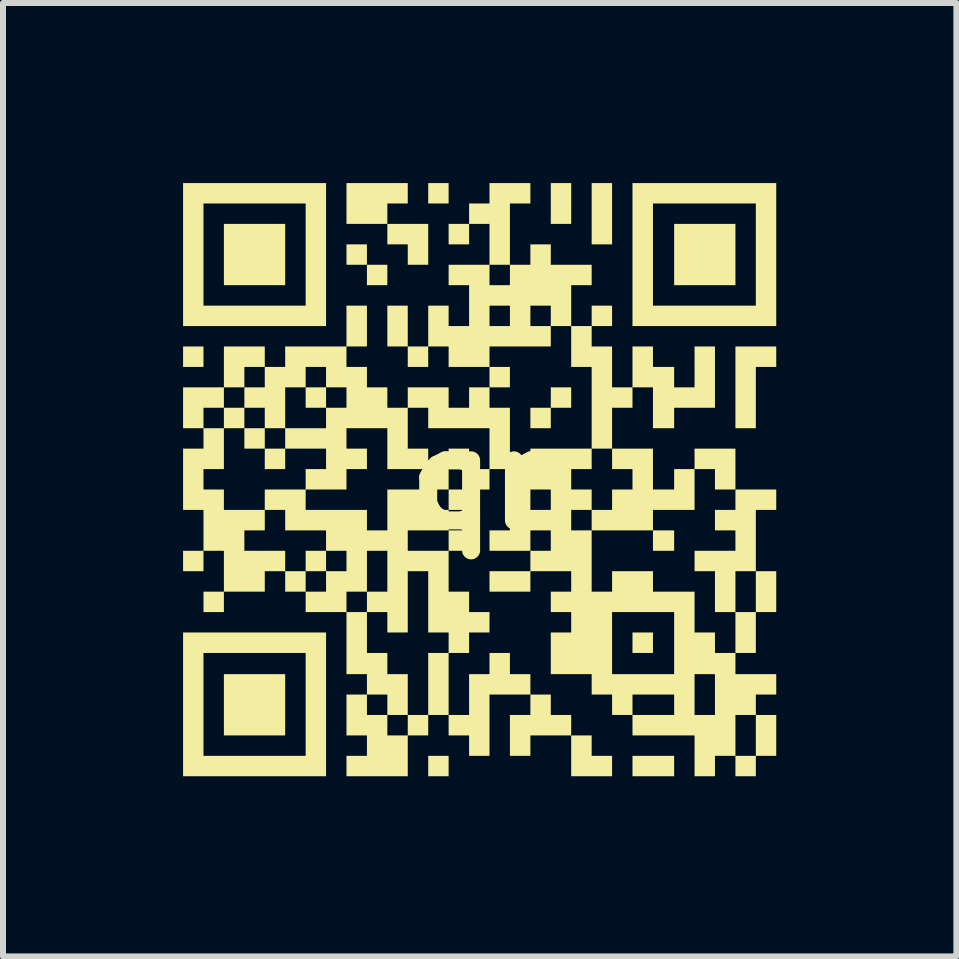
<source format=kicad_pcb>
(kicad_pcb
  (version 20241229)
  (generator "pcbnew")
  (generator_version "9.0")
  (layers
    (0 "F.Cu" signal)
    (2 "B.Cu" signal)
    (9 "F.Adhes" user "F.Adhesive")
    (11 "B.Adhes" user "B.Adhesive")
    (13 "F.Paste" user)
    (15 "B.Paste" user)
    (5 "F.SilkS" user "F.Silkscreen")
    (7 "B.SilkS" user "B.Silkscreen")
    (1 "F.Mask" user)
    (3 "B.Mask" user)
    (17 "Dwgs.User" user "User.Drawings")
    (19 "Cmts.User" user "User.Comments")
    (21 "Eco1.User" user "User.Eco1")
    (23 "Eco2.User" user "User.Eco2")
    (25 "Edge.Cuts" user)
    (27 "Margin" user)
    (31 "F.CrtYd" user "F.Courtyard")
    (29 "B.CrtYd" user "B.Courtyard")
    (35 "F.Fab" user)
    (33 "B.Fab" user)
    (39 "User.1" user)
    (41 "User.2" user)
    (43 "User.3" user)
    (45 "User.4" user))
  (footprint "qr"
    (layer "F.Cu")
    (at 4.941 4.941)
    (property "Reference" "qr" (at 0 0 0) (layer "F.SilkS") (effects (font (size 1.5 1.5) (thickness 0.3))))
    (attr board_only exclude_from_pos_files exclude_from_bom)
    (fp_poly (pts (xy -4.601 -2.048) (xy -4.601 -1.878) (xy -4.771 -1.878) (xy -4.941 -1.878) (xy -4.941 -2.048) (xy -4.941 -2.219) (xy -4.771 -2.219) (xy -4.601 -2.219)) (stroke (width 0) (type solid)) (fill yes) (layer "F.SilkS"))
    (fp_poly (pts (xy -3.92 -1.027) (xy -3.92 -0.857) (xy -4.09 -0.857) (xy -4.261 -0.857) (xy -4.261 -1.027) (xy -4.261 -1.198) (xy -4.09 -1.198) (xy -3.92 -1.198)) (stroke (width 0) (type solid)) (fill yes) (layer "F.SilkS"))
    (fp_poly (pts (xy -3.58 -0.687) (xy -3.58 -0.517) (xy -3.75 -0.517) (xy -3.92 -0.517) (xy -3.92 -0.687) (xy -3.92 -0.857) (xy -3.75 -0.857) (xy -3.58 -0.857)) (stroke (width 0) (type solid)) (fill yes) (layer "F.SilkS"))
    (fp_poly (pts (xy -3.24 -3.75) (xy -3.24 -3.24) (xy -3.75 -3.24) (xy -4.261 -3.24) (xy -4.261 -3.75) (xy -4.261 -4.261) (xy -3.75 -4.261) (xy -3.24 -4.261)) (stroke (width 0) (type solid)) (fill yes) (layer "F.SilkS"))
    (fp_poly (pts (xy -3.24 -0.347) (xy -3.24 -0.176) (xy -3.41 -0.176) (xy -3.58 -0.176) (xy -3.58 -0.347) (xy -3.58 -0.517) (xy -3.41 -0.517) (xy -3.24 -0.517)) (stroke (width 0) (type solid)) (fill yes) (layer "F.SilkS"))
    (fp_poly (pts (xy -3.24 3.75) (xy -3.24 4.261) (xy -3.75 4.261) (xy -4.261 4.261) (xy -4.261 3.75) (xy -4.261 3.24) (xy -3.75 3.24) (xy -3.24 3.24)) (stroke (width 0) (type solid)) (fill yes) (layer "F.SilkS"))
    (fp_poly (pts (xy -2.559 -1.368) (xy -2.559 -1.198) (xy -2.729 -1.198) (xy -2.899 -1.198) (xy -2.899 -1.368) (xy -2.899 -1.538) (xy -2.729 -1.538) (xy -2.559 -1.538)) (stroke (width 0) (type solid)) (fill yes) (layer "F.SilkS"))
    (fp_poly (pts (xy -2.559 1.355) (xy -2.559 1.525) (xy -2.729 1.525) (xy -2.899 1.525) (xy -2.899 1.355) (xy -2.899 1.185) (xy -2.729 1.185) (xy -2.559 1.185)) (stroke (width 0) (type solid)) (fill yes) (layer "F.SilkS"))
    (fp_poly (pts (xy -1.878 -3.75) (xy -1.878 -3.58) (xy -2.048 -3.58) (xy -2.219 -3.58) (xy -2.219 -3.75) (xy -2.219 -3.92) (xy -2.048 -3.92) (xy -1.878 -3.92)) (stroke (width 0) (type solid)) (fill yes) (layer "F.SilkS"))
    (fp_poly (pts (xy -1.538 -3.41) (xy -1.538 -3.24) (xy -1.708 -3.24) (xy -1.878 -3.24) (xy -1.878 -3.41) (xy -1.878 -3.58) (xy -1.708 -3.58) (xy -1.538 -3.58)) (stroke (width 0) (type solid)) (fill yes) (layer "F.SilkS"))
    (fp_poly (pts (xy -0.517 -4.771) (xy -0.517 -4.601) (xy -0.687 -4.601) (xy -0.857 -4.601) (xy -0.857 -4.771) (xy -0.857 -4.941) (xy -0.687 -4.941) (xy -0.517 -4.941)) (stroke (width 0) (type solid)) (fill yes) (layer "F.SilkS"))
    (fp_poly (pts (xy -0.517 4.771) (xy -0.517 4.941) (xy -0.687 4.941) (xy -0.857 4.941) (xy -0.857 4.771) (xy -0.857 4.601) (xy -0.687 4.601) (xy -0.517 4.601)) (stroke (width 0) (type solid)) (fill yes) (layer "F.SilkS"))
    (fp_poly (pts (xy 1.525 -4.601) (xy 1.525 -4.261) (xy 1.355 -4.261) (xy 1.185 -4.261) (xy 1.185 -4.601) (xy 1.185 -4.941) (xy 1.355 -4.941) (xy 1.525 -4.941)) (stroke (width 0) (type solid)) (fill yes) (layer "F.SilkS"))
    (fp_poly (pts (xy 2.206 -4.431) (xy 2.206 -3.92) (xy 2.036 -3.92) (xy 1.866 -3.92) (xy 1.866 -4.431) (xy 1.866 -4.941) (xy 2.036 -4.941) (xy 2.206 -4.941)) (stroke (width 0) (type solid)) (fill yes) (layer "F.SilkS"))
    (fp_poly (pts (xy 2.887 2.716) (xy 2.887 2.887) (xy 2.716 2.887) (xy 2.546 2.887) (xy 2.546 2.716) (xy 2.546 2.546) (xy 2.716 2.546) (xy 2.887 2.546)) (stroke (width 0) (type solid)) (fill yes) (layer "F.SilkS"))
    (fp_poly (pts (xy 3.24 1.015) (xy 3.24 1.185) (xy 3.063 1.185) (xy 2.887 1.185) (xy 2.887 1.015) (xy 2.887 0.845) (xy 3.063 0.845) (xy 3.24 0.845)) (stroke (width 0) (type solid)) (fill yes) (layer "F.SilkS"))
    (fp_poly (pts (xy 3.24 4.771) (xy 3.24 4.941) (xy 2.893 4.941) (xy 2.546 4.941) (xy 2.546 4.771) (xy 2.546 4.601) (xy 2.893 4.601) (xy 3.24 4.601)) (stroke (width 0) (type solid)) (fill yes) (layer "F.SilkS"))
    (fp_poly (pts (xy 4.261 -3.75) (xy 4.261 -3.24) (xy 3.75 -3.24) (xy 3.24 -3.24) (xy 3.24 -3.75) (xy 3.24 -4.261) (xy 3.75 -4.261) (xy 4.261 -4.261)) (stroke (width 0) (type solid)) (fill yes) (layer "F.SilkS"))
    (fp_poly (pts (xy -1.198 -4.771) (xy -1.198 -4.601) (xy -1.368 -4.601) (xy -1.538 -4.601) (xy -1.538 -4.431) (xy -1.538 -4.261) (xy -1.878 -4.261) (xy -2.219 -4.261) (xy -2.219 -4.601) (xy -2.219 -4.941) (xy -1.708 -4.941) (xy -1.198 -4.941)) (stroke (width 0) (type solid)) (fill yes) (layer "F.SilkS"))
    (fp_poly (pts (xy -0.857 -3.92) (xy -0.857 -3.58) (xy -1.027 -3.58) (xy -1.198 -3.58) (xy -1.198 -3.75) (xy -1.198 -3.92) (xy -1.368 -3.92) (xy -1.538 -3.92) (xy -1.538 -4.09) (xy -1.538 -4.261) (xy -1.198 -4.261) (xy -0.857 -4.261)) (stroke (width 0) (type solid)) (fill yes) (layer "F.SilkS"))
    (fp_poly (pts (xy 1.866 4.431) (xy 1.866 4.601) (xy 2.036 4.601) (xy 2.206 4.601) (xy 2.206 4.771) (xy 2.206 4.941) (xy 1.866 4.941) (xy 1.525 4.941) (xy 1.525 4.601) (xy 1.525 4.261) (xy 1.695 4.261) (xy 1.866 4.261)) (stroke (width 0) (type solid)) (fill yes) (layer "F.SilkS"))
    (fp_poly (pts (xy 4.941 -2.048) (xy 4.941 -1.878) (xy 4.771 -1.878) (xy 4.601 -1.878) (xy 4.601 -1.368) (xy 4.601 -0.857) (xy 4.431 -0.857) (xy 4.261 -0.857) (xy 4.261 -1.538) (xy 4.261 -2.219) (xy 4.601 -2.219) (xy 4.941 -2.219)) (stroke (width 0) (type solid)) (fill yes) (layer "F.SilkS"))
    (fp_poly (pts (xy -0.176 -0.347) (xy -0.176 -0.176) (xy -0.347 -0.176) (xy -0.517 -0.176) (xy -0.517 -0.006) (xy -0.517 0.164) (xy -0.687 0.164) (xy -0.857 0.164) (xy -0.857 -0.006) (xy -0.857 -0.176) (xy -0.687 -0.176) (xy -0.517 -0.176) (xy -0.517 -0.347) (xy -0.517 -0.517) (xy -0.347 -0.517) (xy -0.176 -0.517)) (stroke (width 0) (type solid)) (fill yes) (layer "F.SilkS"))
    (fp_poly (pts (xy 1.525 -1.368) (xy 1.525 -1.198) (xy 1.355 -1.198) (xy 1.185 -1.198) (xy 1.185 -1.027) (xy 1.185 -0.857) (xy 1.015 -0.857) (xy 0.845 -0.857) (xy 0.845 -1.027) (xy 0.845 -1.198) (xy 1.015 -1.198) (xy 1.185 -1.198) (xy 1.185 -1.368) (xy 1.185 -1.538) (xy 1.355 -1.538) (xy 1.525 -1.538)) (stroke (width 0) (type solid)) (fill yes) (layer "F.SilkS"))
    (fp_poly (pts (xy -2.559 -3.75) (xy -2.559 -2.559) (xy -3.75 -2.559) (xy -4.941 -2.559) (xy -4.941 -3.75) (xy -4.601 -3.75) (xy -4.601 -2.899) (xy -3.75 -2.899) (xy -2.899 -2.899) (xy -2.899 -3.75) (xy -2.899 -4.601) (xy -3.75 -4.601) (xy -4.601 -4.601) (xy -4.601 -3.75) (xy -4.941 -3.75) (xy -4.941 -4.941) (xy -3.75 -4.941) (xy -2.559 -4.941)) (stroke (width 0) (type solid)) (fill yes) (layer "F.SilkS"))
    (fp_poly (pts (xy -2.559 3.744) (xy -2.559 4.941) (xy -3.75 4.941) (xy -4.941 4.941) (xy -4.941 3.744) (xy -4.601 3.744) (xy -4.601 4.601) (xy -3.75 4.601) (xy -2.899 4.601) (xy -2.899 3.744) (xy -2.899 2.887) (xy -3.75 2.887) (xy -4.601 2.887) (xy -4.601 3.744) (xy -4.941 3.744) (xy -4.941 2.546) (xy -3.75 2.546) (xy -2.559 2.546)) (stroke (width 0) (type solid)) (fill yes) (layer "F.SilkS"))
    (fp_poly (pts (xy 4.941 -3.75) (xy 4.941 -2.559) (xy 3.744 -2.559) (xy 2.546 -2.559) (xy 2.546 -3.75) (xy 2.887 -3.75) (xy 2.887 -2.899) (xy 3.744 -2.899) (xy 4.601 -2.899) (xy 4.601 -3.75) (xy 4.601 -4.601) (xy 3.744 -4.601) (xy 2.887 -4.601) (xy 2.887 -3.75) (xy 2.546 -3.75) (xy 2.546 -4.941) (xy 3.744 -4.941) (xy 4.941 -4.941)) (stroke (width 0) (type solid)) (fill yes) (layer "F.SilkS"))
    (fp_poly (pts (xy 1.185 3.75) (xy 1.185 3.92) (xy 1.355 3.92) (xy 1.525 3.92) (xy 1.525 4.09) (xy 1.525 4.261) (xy 1.185 4.261) (xy 0.845 4.261) (xy 0.845 4.431) (xy 0.845 4.601) (xy 0.674 4.601) (xy 0.504 4.601) (xy 0.504 4.261) (xy 0.504 3.92) (xy 0.674 3.92) (xy 0.845 3.92) (xy 0.845 3.75) (xy 0.845 3.58) (xy 1.015 3.58) (xy 1.185 3.58)) (stroke (width 0) (type solid)) (fill yes) (layer "F.SilkS"))
    (fp_poly (pts (xy 4.941 0.334) (xy 4.941 0.504) (xy 4.771 0.504) (xy 4.601 0.504) (xy 4.601 1.015) (xy 4.601 1.525) (xy 4.431 1.525) (xy 4.261 1.525) (xy 4.261 1.866) (xy 4.261 2.206) (xy 4.09 2.206) (xy 3.92 2.206) (xy 3.92 1.866) (xy 3.92 1.525) (xy 3.75 1.525) (xy 3.58 1.525) (xy 3.58 1.355) (xy 3.58 1.185) (xy 3.92 1.185) (xy 4.261 1.185) (xy 4.261 1.015) (xy 4.261 0.845) (xy 4.09 0.845) (xy 3.92 0.845) (xy 3.92 0.674) (xy 3.92 0.504) (xy 4.09 0.504) (xy 4.261 0.504) (xy 4.261 0.334) (xy 4.261 0.164) (xy 4.601 0.164) (xy 4.941 0.164)) (stroke (width 0) (type solid)) (fill yes) (layer "F.SilkS"))
    (fp_poly (pts (xy 2.887 -0.176) (xy 2.887 0.164) (xy 3.063 0.164) (xy 3.24 0.164) (xy 3.24 -0.006) (xy 3.24 -0.176) (xy 3.41 -0.176) (xy 3.58 -0.176) (xy 3.58 -0.347) (xy 3.58 -0.517) (xy 3.92 -0.517) (xy 4.261 -0.517) (xy 4.261 -0.176) (xy 4.261 0.164) (xy 4.09 0.164) (xy 3.92 0.164) (xy 3.92 -0.006) (xy 3.92 -0.176) (xy 3.75 -0.176) (xy 3.58 -0.176) (xy 3.58 0.164) (xy 3.58 0.504) (xy 3.233 0.504) (xy 2.887 0.504) (xy 2.887 0.674) (xy 2.887 0.845) (xy 2.376 0.845) (xy 1.866 0.845) (xy 1.866 0.674) (xy 1.866 0.504) (xy 2.036 0.504) (xy 2.206 0.504) (xy 2.206 0.334) (xy 2.206 0.164) (xy 2.376 0.164) (xy 2.546 0.164) (xy 2.546 -0.006) (xy 2.546 -0.176) (xy 2.376 -0.176) (xy 2.206 -0.176) (xy 2.206 -0.347) (xy 2.206 -0.517) (xy 2.546 -0.517) (xy 2.887 -0.517)) (stroke (width 0) (type solid)) (fill yes) (layer "F.SilkS"))
    (fp_poly (pts (xy 0.845 -4.771) (xy 0.845 -4.601) (xy 0.674 -4.601) (xy 0.504 -4.601) (xy 0.504 -4.09) (xy 0.504 -3.58) (xy 0.674 -3.58) (xy 0.845 -3.58) (xy 0.845 -3.75) (xy 0.845 -3.92) (xy 1.015 -3.92) (xy 1.185 -3.92) (xy 1.185 -3.75) (xy 1.185 -3.58) (xy 1.525 -3.58) (xy 1.866 -3.58) (xy 1.866 -3.41) (xy 1.866 -3.24) (xy 1.695 -3.24) (xy 1.525 -3.24) (xy 1.525 -2.899) (xy 1.525 -2.559) (xy 1.695 -2.559) (xy 1.866 -2.559) (xy 1.866 -2.729) (xy 1.866 -2.899) (xy 2.036 -2.899) (xy 2.206 -2.899) (xy 2.206 -2.729) (xy 2.206 -2.559) (xy 2.036 -2.559) (xy 1.866 -2.559) (xy 1.866 -2.389) (xy 1.866 -2.219) (xy 2.036 -2.219) (xy 2.206 -2.219) (xy 2.206 -1.878) (xy 2.206 -1.538) (xy 2.376 -1.538) (xy 2.546 -1.538) (xy 2.546 -1.878) (xy 2.546 -2.219) (xy 2.716 -2.219) (xy 2.887 -2.219) (xy 2.887 -2.048) (xy 2.887 -1.878) (xy 3.063 -1.878) (xy 3.24 -1.878) (xy 3.24 -1.708) (xy 3.24 -1.538) (xy 3.41 -1.538) (xy 3.58 -1.538) (xy 3.58 -1.878) (xy 3.58 -2.219) (xy 3.75 -2.219) (xy 3.92 -2.219) (xy 3.92 -1.708) (xy 3.92 -1.198) (xy 3.58 -1.198) (xy 3.24 -1.198) (xy 3.24 -1.027) (xy 3.24 -0.857) (xy 3.063 -0.857) (xy 2.887 -0.857) (xy 2.887 -1.198) (xy 2.887 -1.538) (xy 2.716 -1.538) (xy 2.546 -1.538) (xy 2.546 -1.368) (xy 2.546 -1.198) (xy 2.376 -1.198) (xy 2.206 -1.198) (xy 2.206 -0.857) (xy 2.206 -0.517) (xy 2.036 -0.517) (xy 1.866 -0.517) (xy 1.866 -0.347) (xy 1.866 -0.176) (xy 1.695 -0.176) (xy 1.525 -0.176) (xy 1.525 -0.006) (xy 1.525 0.164) (xy 1.695 0.164) (xy 1.866 0.164) (xy 1.866 0.334) (xy 1.866 0.504) (xy 1.695 0.504) (xy 1.525 0.504) (xy 1.525 0.674) (xy 1.525 0.845) (xy 1.695 0.845) (xy 1.866 0.845) (xy 1.866 1.355) (xy 1.866 1.866) (xy 2.036 1.866) (xy 2.206 1.866) (xy 2.206 1.695) (xy 2.206 1.525) (xy 2.546 1.525) (xy 2.887 1.525) (xy 2.887 1.695) (xy 2.887 1.866) (xy 3.233 1.866) (xy 3.58 1.866) (xy 3.58 2.206) (xy 3.58 2.546) (xy 3.75 2.546) (xy 3.92 2.546) (xy 3.92 2.716) (xy 3.92 2.887) (xy 4.09 2.887) (xy 4.261 2.887) (xy 4.261 2.546) (xy 4.261 2.206) (xy 4.431 2.206) (xy 4.601 2.206) (xy 4.601 1.866) (xy 4.601 1.525) (xy 4.771 1.525) (xy 4.941 1.525) (xy 4.941 1.866) (xy 4.941 2.206) (xy 4.771 2.206) (xy 4.601 2.206) (xy 4.601 2.546) (xy 4.601 2.887) (xy 4.431 2.887) (xy 4.261 2.887) (xy 4.261 3.063) (xy 4.261 3.24) (xy 4.601 3.24) (xy 4.941 3.24) (xy 4.941 3.41) (xy 4.941 3.58) (xy 4.771 3.58) (xy 4.601 3.58) (xy 4.601 3.75) (xy 4.601 3.92) (xy 4.431 3.92) (xy 4.261 3.92) (xy 4.261 4.261) (xy 4.261 4.601) (xy 4.431 4.601) (xy 4.601 4.601) (xy 4.601 4.261) (xy 4.601 3.92) (xy 4.771 3.92) (xy 4.941 3.92) (xy 4.941 4.261) (xy 4.941 4.601) (xy 4.771 4.601) (xy 4.601 4.601) (xy 4.601 4.771) (xy 4.601 4.941) (xy 4.431 4.941) (xy 4.261 4.941) (xy 4.261 4.771) (xy 4.261 4.601) (xy 4.09 4.601) (xy 3.92 4.601) (xy 3.92 4.771) (xy 3.92 4.941) (xy 3.75 4.941) (xy 3.58 4.941) (xy 3.58 4.601) (xy 3.58 4.261) (xy 3.063 4.261) (xy 2.546 4.261) (xy 2.546 4.09) (xy 2.546 3.92) (xy 2.376 3.92) (xy 2.206 3.92) (xy 2.206 3.75) (xy 2.546 3.75) (xy 2.546 3.92) (xy 2.893 3.92) (xy 3.24 3.92) (xy 3.24 3.75) (xy 3.24 3.58) (xy 3.58 3.58) (xy 3.58 3.92) (xy 3.75 3.92) (xy 3.92 3.92) (xy 3.92 3.58) (xy 3.92 3.24) (xy 3.75 3.24) (xy 3.58 3.24) (xy 3.58 3.58) (xy 3.24 3.58) (xy 2.893 3.58) (xy 2.546 3.58) (xy 2.546 3.75) (xy 2.206 3.75) (xy 2.206 3.58) (xy 2.036 3.58) (xy 1.866 3.58) (xy 1.866 3.41) (xy 1.866 3.24) (xy 1.525 3.24) (xy 1.185 3.24) (xy 1.185 2.893) (xy 1.185 2.723) (xy 2.206 2.723) (xy 2.206 3.24) (xy 2.723 3.24) (xy 3.24 3.24) (xy 3.24 2.723) (xy 3.24 2.206) (xy 2.723 2.206) (xy 2.206 2.206) (xy 2.206 2.723) (xy 1.185 2.723) (xy 1.185 2.546) (xy 1.355 2.546) (xy 1.525 2.546) (xy 1.525 2.376) (xy 1.525 2.206) (xy 1.355 2.206) (xy 1.185 2.206) (xy 1.185 2.036) (xy 1.185 1.866) (xy 1.355 1.866) (xy 1.525 1.866) (xy 1.525 1.695) (xy 1.525 1.525) (xy 1.185 1.525) (xy 0.845 1.525) (xy 0.845 1.695) (xy 0.845 1.866) (xy 0.504 1.866) (xy 0.164 1.866) (xy 0.164 1.695) (xy 0.164 1.525) (xy 0.504 1.525) (xy 0.845 1.525) (xy 0.845 1.355) (xy 0.845 1.185) (xy 0.504 1.185) (xy 0.164 1.185) (xy 0.164 1.015) (xy 0.845 1.015) (xy 0.845 1.185) (xy 1.015 1.185) (xy 1.185 1.185) (xy 1.185 1.015) (xy 1.185 0.845) (xy 1.015 0.845) (xy 0.845 0.845) (xy 0.845 1.015) (xy 0.164 1.015) (xy 0.164 0.845) (xy 0.334 0.845) (xy 0.504 0.845) (xy 0.504 0.334) (xy 0.845 0.334) (xy 0.845 0.504) (xy 1.015 0.504) (xy 1.185 0.504) (xy 1.185 0.334) (xy 1.185 0.164) (xy 1.015 0.164) (xy 0.845 0.164) (xy 0.845 0.334) (xy 0.504 0.334) (xy 0.504 -0.176) (xy 0.334 -0.176) (xy 0.164 -0.176) (xy 0.164 -0.006) (xy 0.164 0.164) (xy -0.006 0.164) (xy -0.176 0.164) (xy -0.176 0.334) (xy -0.176 0.504) (xy -0.347 0.504) (xy -0.517 0.504) (xy -0.517 0.674) (xy -0.517 0.845) (xy -0.857 0.845) (xy -1.198 0.845) (xy -1.198 1.015) (xy -1.198 1.185) (xy -0.857 1.185) (xy -0.517 1.185) (xy -0.517 1.015) (xy -0.517 0.845) (xy -0.347 0.845) (xy -0.176 0.845) (xy -0.176 1.015) (xy -0.176 1.185) (xy -0.347 1.185) (xy -0.517 1.185) (xy -0.517 1.525) (xy -0.517 1.866) (xy -0.347 1.866) (xy -0.176 1.866) (xy -0.176 2.036) (xy -0.176 2.206) (xy -0.006 2.206) (xy 0.164 2.206) (xy 0.164 2.376) (xy 0.164 2.546) (xy -0.006 2.546) (xy -0.176 2.546) (xy -0.176 2.716) (xy -0.176 2.887) (xy -0.347 2.887) (xy -0.517 2.887) (xy -0.517 3.403) (xy -0.517 3.92) (xy -0.347 3.92) (xy -0.176 3.92) (xy -0.176 3.58) (xy -0.176 3.24) (xy -0.006 3.24) (xy 0.164 3.24) (xy 0.164 3.063) (xy 0.164 2.887) (xy 0.334 2.887) (xy 0.504 2.887) (xy 0.504 3.063) (xy 0.504 3.24) (xy 0.674 3.24) (xy 0.845 3.24) (xy 0.845 3.41) (xy 0.845 3.58) (xy 0.504 3.58) (xy 0.164 3.58) (xy 0.164 4.09) (xy 0.164 4.601) (xy -0.006 4.601) (xy -0.176 4.601) (xy -0.176 4.431) (xy -0.176 4.261) (xy -0.347 4.261) (xy -0.517 4.261) (xy -0.517 4.09) (xy -0.517 3.92) (xy -0.687 3.92) (xy -0.857 3.92) (xy -0.857 4.09) (xy -0.857 4.261) (xy -1.027 4.261) (xy -1.198 4.261) (xy -1.198 4.601) (xy -1.198 4.941) (xy -1.708 4.941) (xy -2.219 4.941) (xy -2.219 4.771) (xy -2.219 4.601) (xy -2.048 4.601) (xy -1.878 4.601) (xy -1.878 4.431) (xy -1.878 4.261) (xy -2.048 4.261) (xy -2.219 4.261) (xy -2.219 3.92) (xy -2.219 3.58) (xy -2.048 3.58) (xy -1.878 3.58) (xy -1.878 3.41) (xy -1.878 3.24) (xy -2.048 3.24) (xy -2.219 3.24) (xy -2.219 2.723) (xy -2.219 2.206) (xy -2.559 2.206) (xy -2.899 2.206) (xy -2.899 2.036) (xy -2.899 1.866) (xy -3.069 1.866) (xy -3.24 1.866) (xy -3.24 1.695) (xy -3.24 1.525) (xy -3.069 1.525) (xy -2.899 1.525) (xy -2.899 1.695) (xy -2.899 1.866) (xy -2.729 1.866) (xy -2.559 1.866) (xy -2.219 1.866) (xy -2.219 2.036) (xy -2.219 2.206) (xy -2.048 2.206) (xy -1.878 2.206) (xy -1.878 2.546) (xy -1.878 2.887) (xy -1.708 2.887) (xy -1.538 2.887) (xy -1.538 3.063) (xy -1.538 3.24) (xy -1.368 3.24) (xy -1.198 3.24) (xy -1.198 3.58) (xy -1.198 3.92) (xy -1.368 3.92) (xy -1.538 3.92) (xy -1.538 3.75) (xy -1.538 3.58) (xy -1.708 3.58) (xy -1.878 3.58) (xy -1.878 3.75) (xy -1.878 3.92) (xy -1.708 3.92) (xy -1.538 3.92) (xy -1.538 4.09) (xy -1.538 4.261) (xy -1.368 4.261) (xy -1.198 4.261) (xy -1.198 4.09) (xy -1.198 3.92) (xy -1.027 3.92) (xy -0.857 3.92) (xy -0.857 3.403) (xy -0.857 2.887) (xy -0.687 2.887) (xy -0.517 2.887) (xy -0.517 2.716) (xy -0.517 2.546) (xy -0.687 2.546) (xy -0.857 2.546) (xy -0.857 2.036) (xy -0.857 1.525) (xy -1.027 1.525) (xy -1.198 1.525) (xy -1.198 2.036) (xy -1.198 2.546) (xy -1.368 2.546) (xy -1.538 2.546) (xy -1.538 2.376) (xy -1.538 2.206) (xy -1.708 2.206) (xy -1.878 2.206) (xy -1.878 2.036) (xy -1.878 1.866) (xy -1.708 1.866) (xy -1.538 1.866) (xy -1.538 1.525) (xy -1.538 1.185) (xy -1.708 1.185) (xy -1.878 1.185) (xy -1.878 1.525) (xy -1.878 1.866) (xy -2.048 1.866) (xy -2.219 1.866) (xy -2.559 1.866) (xy -2.559 1.695) (xy -2.559 1.525) (xy -2.389 1.525) (xy -2.219 1.525) (xy -2.219 1.355) (xy -2.219 1.185) (xy -2.389 1.185) (xy -2.559 1.185) (xy -2.559 1.015) (xy -2.559 0.845) (xy -2.899 0.845) (xy -3.24 0.845) (xy -3.24 0.674) (xy -3.24 0.504) (xy -3.41 0.504) (xy -3.58 0.504) (xy -3.58 0.674) (xy -3.58 0.845) (xy -3.75 0.845) (xy -3.92 0.845) (xy -3.92 1.015) (xy -3.92 1.185) (xy -3.58 1.185) (xy -3.24 1.185) (xy -3.24 1.355) (xy -3.24 1.525) (xy -3.41 1.525) (xy -3.58 1.525) (xy -3.58 1.695) (xy -3.58 1.866) (xy -3.92 1.866) (xy -4.261 1.866) (xy -4.261 2.036) (xy -4.261 2.206) (xy -4.431 2.206) (xy -4.601 2.206) (xy -4.601 2.036) (xy -4.601 1.866) (xy -4.431 1.866) (xy -4.261 1.866) (xy -4.261 1.525) (xy -4.261 1.185) (xy -4.431 1.185) (xy -4.601 1.185) (xy -4.601 1.355) (xy -4.601 1.525) (xy -4.771 1.525) (xy -4.941 1.525) (xy -4.941 1.355) (xy -4.941 1.185) (xy -4.771 1.185) (xy -4.601 1.185) (xy -4.601 0.845) (xy -4.601 0.504) (xy -4.771 0.504) (xy -4.941 0.504) (xy -4.941 -0.006) (xy -4.941 -0.517) (xy -4.771 -0.517) (xy -4.601 -0.517) (xy -4.601 -0.687) (xy -4.601 -0.857) (xy -4.431 -0.857) (xy -4.261 -0.857) (xy -4.261 -0.517) (xy -4.261 -0.176) (xy -4.431 -0.176) (xy -4.601 -0.176) (xy -4.601 -0.006) (xy -4.601 0.164) (xy -4.431 0.164) (xy -4.261 0.164) (xy -4.261 0.334) (xy -4.261 0.504) (xy -3.92 0.504) (xy -3.58 0.504) (xy -3.58 0.334) (xy -3.58 0.164) (xy -3.24 0.164) (xy -2.899 0.164) (xy -2.899 0.334) (xy -2.899 0.504) (xy -2.389 0.504) (xy -1.878 0.504) (xy -1.878 0.674) (xy -1.878 0.845) (xy -1.708 0.845) (xy -1.538 0.845) (xy -1.538 0.504) (xy -1.538 0.164) (xy -1.198 0.164) (xy -0.857 0.164) (xy -0.857 0.334) (xy -0.857 0.504) (xy -0.687 0.504) (xy -0.517 0.504) (xy -0.517 0.334) (xy -0.517 0.164) (xy -0.347 0.164) (xy -0.176 0.164) (xy -0.176 -0.006) (xy -0.176 -0.176) (xy -0.006 -0.176) (xy 0.164 -0.176) (xy 0.164 -0.517) (xy 0.164 -0.857) (xy -0.347 -0.857) (xy -0.857 -0.857) (xy -0.857 -1.027) (xy -0.857 -1.198) (xy -1.027 -1.198) (xy -1.198 -1.198) (xy -1.198 -0.857) (xy -1.198 -0.517) (xy -1.027 -0.517) (xy -0.857 -0.517) (xy -0.857 -0.347) (xy -0.857 -0.176) (xy -1.198 -0.176) (xy -1.538 -0.176) (xy -1.538 -0.517) (xy -1.538 -0.857) (xy -1.878 -0.857) (xy -2.219 -0.857) (xy -2.219 -0.687) (xy -2.219 -0.517) (xy -2.048 -0.517) (xy -1.878 -0.517) (xy -1.878 -0.347) (xy -1.878 -0.176) (xy -2.048 -0.176) (xy -2.219 -0.176) (xy -2.219 -0.006) (xy -2.219 0.164) (xy -2.559 0.164) (xy -2.899 0.164) (xy -2.899 -0.006) (xy -2.899 -0.176) (xy -2.729 -0.176) (xy -2.559 -0.176) (xy -2.559 -0.347) (xy -2.559 -0.517) (xy -2.899 -0.517) (xy -3.24 -0.517) (xy -3.24 -0.687) (xy -3.24 -0.857) (xy -2.899 -0.857) (xy -2.559 -0.857) (xy -2.559 -1.027) (xy -2.559 -1.198) (xy -2.389 -1.198) (xy -2.219 -1.198) (xy -2.219 -1.368) (xy -2.219 -1.538) (xy -2.389 -1.538) (xy -2.559 -1.538) (xy -2.559 -1.708) (xy -2.559 -1.878) (xy -2.729 -1.878) (xy -2.899 -1.878) (xy -2.899 -1.708) (xy -2.899 -1.538) (xy -3.069 -1.538) (xy -3.24 -1.538) (xy -3.24 -1.198) (xy -3.24 -0.857) (xy -3.41 -0.857) (xy -3.58 -0.857) (xy -3.58 -1.027) (xy -3.58 -1.198) (xy -3.75 -1.198) (xy -3.92 -1.198) (xy -3.92 -1.368) (xy -3.92 -1.538) (xy -3.75 -1.538) (xy -3.58 -1.538) (xy -3.58 -1.708) (xy -3.58 -1.878) (xy -3.75 -1.878) (xy -3.92 -1.878) (xy -3.92 -1.708) (xy -3.92 -1.538) (xy -4.09 -1.538) (xy -4.261 -1.538) (xy -4.261 -1.368) (xy -4.261 -1.198) (xy -4.431 -1.198) (xy -4.601 -1.198) (xy -4.601 -1.027) (xy -4.601 -0.857) (xy -4.771 -0.857) (xy -4.941 -0.857) (xy -4.941 -1.198) (xy -4.941 -1.538) (xy -4.601 -1.538) (xy -4.261 -1.538) (xy -4.261 -1.878) (xy -4.261 -2.219) (xy -3.92 -2.219) (xy -3.58 -2.219) (xy -3.58 -2.048) (xy -3.58 -1.878) (xy -3.41 -1.878) (xy -3.24 -1.878) (xy -3.24 -2.048) (xy -3.24 -2.219) (xy -2.729 -2.219) (xy -2.219 -2.219) (xy -2.219 -2.559) (xy -2.219 -2.899) (xy -2.048 -2.899) (xy -1.878 -2.899) (xy -1.878 -2.559) (xy -1.878 -2.219) (xy -2.048 -2.219) (xy -2.219 -2.219) (xy -2.219 -2.048) (xy -2.219 -1.878) (xy -2.048 -1.878) (xy -1.878 -1.878) (xy -1.878 -1.708) (xy -1.878 -1.538) (xy -1.708 -1.538) (xy -1.538 -1.538) (xy -1.538 -1.368) (xy -1.538 -1.198) (xy -1.368 -1.198) (xy -1.198 -1.198) (xy -1.198 -1.368) (xy -1.198 -1.538) (xy -0.857 -1.538) (xy -0.517 -1.538) (xy -0.517 -1.368) (xy -0.517 -1.198) (xy -0.347 -1.198) (xy -0.176 -1.198) (xy -0.176 -1.368) (xy -0.176 -1.538) (xy -0.006 -1.538) (xy 0.164 -1.538) (xy 0.164 -1.708) (xy 0.164 -1.878) (xy 0.334 -1.878) (xy 0.504 -1.878) (xy 0.504 -1.708) (xy 0.504 -1.538) (xy 0.334 -1.538) (xy 0.164 -1.538) (xy 0.164 -1.368) (xy 0.164 -1.198) (xy 0.334 -1.198) (xy 0.504 -1.198) (xy 0.504 -0.687) (xy 0.504 -0.176) (xy 0.674 -0.176) (xy 0.845 -0.176) (xy 0.845 -0.347) (xy 0.845 -0.517) (xy 1.355 -0.517) (xy 1.866 -0.517) (xy 1.866 -1.198) (xy 1.866 -1.878) (xy 1.695 -1.878) (xy 1.525 -1.878) (xy 1.525 -2.219) (xy 1.525 -2.559) (xy 1.355 -2.559) (xy 1.185 -2.559) (xy 1.185 -2.389) (xy 1.185 -2.219) (xy 0.674 -2.219) (xy 0.164 -2.219) (xy 0.164 -2.048) (xy 0.164 -1.878) (xy -0.176 -1.878) (xy -0.517 -1.878) (xy -0.517 -2.048) (xy -0.517 -2.219) (xy -0.687 -2.219) (xy -0.857 -2.219) (xy -0.857 -2.048) (xy -0.857 -1.878) (xy -1.027 -1.878) (xy -1.198 -1.878) (xy -1.198 -2.048) (xy -1.198 -2.219) (xy -1.368 -2.219) (xy -1.538 -2.219) (xy -1.538 -2.559) (xy -1.538 -2.899) (xy -1.368 -2.899) (xy -1.198 -2.899) (xy -1.198 -2.559) (xy -1.198 -2.219) (xy -1.027 -2.219) (xy -0.857 -2.219) (xy -0.857 -2.559) (xy -0.857 -2.899) (xy -0.687 -2.899) (xy -0.517 -2.899) (xy -0.517 -2.729) (xy -0.517 -2.559) (xy -0.347 -2.559) (xy -0.176 -2.559) (xy -0.176 -2.729) (xy 0.164 -2.729) (xy 0.164 -2.559) (xy 0.334 -2.559) (xy 0.504 -2.559) (xy 0.504 -2.729) (xy 0.845 -2.729) (xy 0.845 -2.559) (xy 1.015 -2.559) (xy 1.185 -2.559) (xy 1.185 -2.729) (xy 1.185 -2.899) (xy 1.015 -2.899) (xy 0.845 -2.899) (xy 0.845 -2.729) (xy 0.504 -2.729) (xy 0.504 -2.899) (xy 0.334 -2.899) (xy 0.164 -2.899) (xy 0.164 -2.729) (xy -0.176 -2.729) (xy -0.176 -2.899) (xy -0.176 -3.24) (xy -0.347 -3.24) (xy -0.517 -3.24) (xy -0.517 -3.41) (xy 0.164 -3.41) (xy 0.164 -3.24) (xy 0.334 -3.24) (xy 0.504 -3.24) (xy 0.504 -3.41) (xy 0.504 -3.58) (xy 0.334 -3.58) (xy 0.164 -3.58) (xy 0.164 -3.41) (xy -0.517 -3.41) (xy -0.517 -3.58) (xy -0.176 -3.58) (xy 0.164 -3.58) (xy 0.164 -3.92) (xy 0.164 -4.261) (xy -0.006 -4.261) (xy -0.176 -4.261) (xy -0.176 -4.09) (xy -0.176 -3.92) (xy -0.347 -3.92) (xy -0.517 -3.92) (xy -0.517 -4.09) (xy -0.517 -4.261) (xy -0.347 -4.261) (xy -0.176 -4.261) (xy -0.176 -4.431) (xy -0.176 -4.601) (xy -0.006 -4.601) (xy 0.164 -4.601) (xy 0.164 -4.771) (xy 0.164 -4.941) (xy 0.504 -4.941) (xy 0.845 -4.941)) (stroke (width 0) (type solid)) (fill yes) (layer "F.SilkS")))
  (gr_rect
    (start -3 -3)
    (end 12.883 12.883)
    (stroke (width 0.1) (type default))
    (fill no)
    (layer "Edge.Cuts")))
</source>
